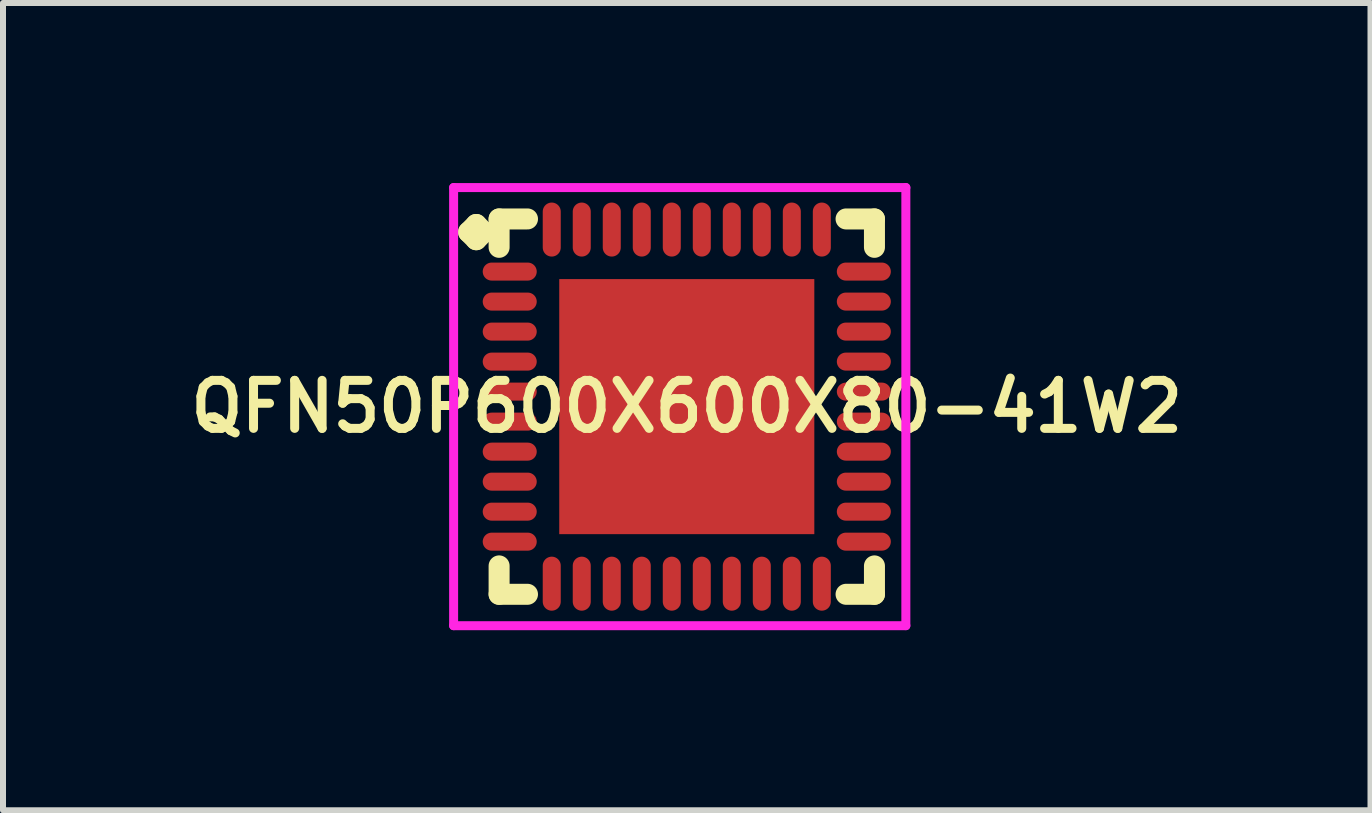
<source format=kicad_pcb>
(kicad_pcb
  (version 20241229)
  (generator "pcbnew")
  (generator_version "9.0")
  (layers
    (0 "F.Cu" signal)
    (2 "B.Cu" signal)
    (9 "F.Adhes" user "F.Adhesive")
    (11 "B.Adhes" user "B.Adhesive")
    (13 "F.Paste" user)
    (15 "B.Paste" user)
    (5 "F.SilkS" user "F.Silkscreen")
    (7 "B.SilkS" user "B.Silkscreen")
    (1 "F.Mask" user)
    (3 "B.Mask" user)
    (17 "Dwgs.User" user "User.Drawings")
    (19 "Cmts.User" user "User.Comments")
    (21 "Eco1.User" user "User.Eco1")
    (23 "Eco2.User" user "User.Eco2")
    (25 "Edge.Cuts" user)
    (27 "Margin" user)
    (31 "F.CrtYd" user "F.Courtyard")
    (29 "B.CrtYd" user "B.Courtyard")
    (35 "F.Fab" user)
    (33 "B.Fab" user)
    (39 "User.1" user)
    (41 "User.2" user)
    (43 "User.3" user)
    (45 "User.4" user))
  (footprint "QFN50P600X600X80-41W2"
    (layer "F.Cu")
    (at 8.393 3.725)
    (property "Reference" "QFN50P600X600X80-41W2" (at 0 0 0) (layer "F.SilkS") (effects (font (size 0.8 0.8) (thickness 0.15))))
    (attr smd)
    (fp_line (start -3.635 -2.908) (end -3.508 -3.035) (stroke (width 0.35) (type solid)) (layer "F.SilkS"))
    (fp_line (start -3.508 -3.035) (end -3.381 -2.908) (stroke (width 0.35) (type solid)) (layer "F.SilkS"))
    (fp_line (start -3.508 -2.781) (end -3.635 -2.908) (stroke (width 0.35) (type solid)) (layer "F.SilkS"))
    (fp_line (start -3.381 -2.908) (end -3.508 -2.781) (stroke (width 0.35) (type solid)) (layer "F.SilkS"))
    (fp_line (start -3.127 -3.127) (end -2.654 -3.127) (stroke (width 0.35) (type solid)) (layer "F.SilkS"))
    (fp_line (start -3.127 -2.654) (end -3.127 -3.127) (stroke (width 0.35) (type solid)) (layer "F.SilkS"))
    (fp_line (start -3.127 2.654) (end -3.127 3.127) (stroke (width 0.35) (type solid)) (layer "F.SilkS"))
    (fp_line (start -3.127 3.127) (end -2.654 3.127) (stroke (width 0.35) (type solid)) (layer "F.SilkS"))
    (fp_line (start 2.654 -3.127) (end 3.127 -3.127) (stroke (width 0.35) (type solid)) (layer "F.SilkS"))
    (fp_line (start 2.654 3.127) (end 3.127 3.127) (stroke (width 0.35) (type solid)) (layer "F.SilkS"))
    (fp_line (start 3.127 -3.127) (end 3.127 -2.654) (stroke (width 0.35) (type solid)) (layer "F.SilkS"))
    (fp_line (start 3.127 3.127) (end 3.127 2.654) (stroke (width 0.35) (type solid)) (layer "F.SilkS"))
    (fp_line (start -3.885 -3.65) (end 3.65 -3.65) (stroke (width 0.15) (type solid)) (layer "F.CrtYd"))
    (fp_line (start -3.885 3.65) (end -3.885 -3.65) (stroke (width 0.15) (type solid)) (layer "F.CrtYd"))
    (fp_line (start 3.65 -3.65) (end 3.65 3.65) (stroke (width 0.15) (type solid)) (layer "F.CrtYd"))
    (fp_line (start 3.65 3.65) (end -3.885 3.65) (stroke (width 0.15) (type solid)) (layer "F.CrtYd"))
    (pad "1" smd oval (at -2.95 -2.25) (size 0.9 0.3) (layers "F.Cu" "F.Mask" "F.Paste"))
    (pad "2" smd oval (at -2.95 -1.75) (size 0.9 0.3) (layers "F.Cu" "F.Mask" "F.Paste"))
    (pad "3" smd oval (at -2.95 -1.25) (size 0.9 0.3) (layers "F.Cu" "F.Mask" "F.Paste"))
    (pad "4" smd oval (at -2.95 -0.75) (size 0.9 0.3) (layers "F.Cu" "F.Mask" "F.Paste"))
    (pad "5" smd oval (at -2.95 -0.25) (size 0.9 0.3) (layers "F.Cu" "F.Mask" "F.Paste"))
    (pad "6" smd oval (at -2.95 0.25) (size 0.9 0.3) (layers "F.Cu" "F.Mask" "F.Paste"))
    (pad "7" smd oval (at -2.95 0.75) (size 0.9 0.3) (layers "F.Cu" "F.Mask" "F.Paste"))
    (pad "8" smd oval (at -2.95 1.25) (size 0.9 0.3) (layers "F.Cu" "F.Mask" "F.Paste"))
    (pad "9" smd oval (at -2.95 1.75) (size 0.9 0.3) (layers "F.Cu" "F.Mask" "F.Paste"))
    (pad "10" smd oval (at -2.95 2.25) (size 0.9 0.3) (layers "F.Cu" "F.Mask" "F.Paste"))
    (pad "11" smd oval (at -2.25 2.95) (size 0.3 0.9) (layers "F.Cu" "F.Mask" "F.Paste"))
    (pad "12" smd oval (at -1.75 2.95) (size 0.3 0.9) (layers "F.Cu" "F.Mask" "F.Paste"))
    (pad "13" smd oval (at -1.25 2.95) (size 0.3 0.9) (layers "F.Cu" "F.Mask" "F.Paste"))
    (pad "14" smd oval (at -0.75 2.95) (size 0.3 0.9) (layers "F.Cu" "F.Mask" "F.Paste"))
    (pad "15" smd oval (at -0.25 2.95) (size 0.3 0.9) (layers "F.Cu" "F.Mask" "F.Paste"))
    (pad "16" smd oval (at 0.25 2.95) (size 0.3 0.9) (layers "F.Cu" "F.Mask" "F.Paste"))
    (pad "17" smd oval (at 0.75 2.95) (size 0.3 0.9) (layers "F.Cu" "F.Mask" "F.Paste"))
    (pad "18" smd oval (at 1.25 2.95) (size 0.3 0.9) (layers "F.Cu" "F.Mask" "F.Paste"))
    (pad "19" smd oval (at 1.75 2.95) (size 0.3 0.9) (layers "F.Cu" "F.Mask" "F.Paste"))
    (pad "20" smd oval (at 2.25 2.95) (size 0.3 0.9) (layers "F.Cu" "F.Mask" "F.Paste"))
    (pad "21" smd oval (at 2.95 2.25) (size 0.9 0.3) (layers "F.Cu" "F.Mask" "F.Paste"))
    (pad "22" smd oval (at 2.95 1.75) (size 0.9 0.3) (layers "F.Cu" "F.Mask" "F.Paste"))
    (pad "23" smd oval (at 2.95 1.25) (size 0.9 0.3) (layers "F.Cu" "F.Mask" "F.Paste"))
    (pad "24" smd oval (at 2.95 0.75) (size 0.9 0.3) (layers "F.Cu" "F.Mask" "F.Paste"))
    (pad "25" smd oval (at 2.95 0.25) (size 0.9 0.3) (layers "F.Cu" "F.Mask" "F.Paste"))
    (pad "26" smd oval (at 2.95 -0.25) (size 0.9 0.3) (layers "F.Cu" "F.Mask" "F.Paste"))
    (pad "27" smd oval (at 2.95 -0.75) (size 0.9 0.3) (layers "F.Cu" "F.Mask" "F.Paste"))
    (pad "28" smd oval (at 2.95 -1.25) (size 0.9 0.3) (layers "F.Cu" "F.Mask" "F.Paste"))
    (pad "29" smd oval (at 2.95 -1.75) (size 0.9 0.3) (layers "F.Cu" "F.Mask" "F.Paste"))
    (pad "30" smd oval (at 2.95 -2.25) (size 0.9 0.3) (layers "F.Cu" "F.Mask" "F.Paste"))
    (pad "31" smd oval (at 2.25 -2.95) (size 0.3 0.9) (layers "F.Cu" "F.Mask" "F.Paste"))
    (pad "32" smd oval (at 1.75 -2.95) (size 0.3 0.9) (layers "F.Cu" "F.Mask" "F.Paste"))
    (pad "33" smd oval (at 1.25 -2.95) (size 0.3 0.9) (layers "F.Cu" "F.Mask" "F.Paste"))
    (pad "34" smd oval (at 0.75 -2.95) (size 0.3 0.9) (layers "F.Cu" "F.Mask" "F.Paste"))
    (pad "35" smd oval (at 0.25 -2.95) (size 0.3 0.9) (layers "F.Cu" "F.Mask" "F.Paste"))
    (pad "36" smd oval (at -0.25 -2.95) (size 0.3 0.9) (layers "F.Cu" "F.Mask" "F.Paste"))
    (pad "37" smd oval (at -0.75 -2.95) (size 0.3 0.9) (layers "F.Cu" "F.Mask" "F.Paste"))
    (pad "38" smd oval (at -1.25 -2.95) (size 0.3 0.9) (layers "F.Cu" "F.Mask" "F.Paste"))
    (pad "39" smd oval (at -1.75 -2.95) (size 0.3 0.9) (layers "F.Cu" "F.Mask" "F.Paste"))
    (pad "40" smd oval (at -2.25 -2.95) (size 0.3 0.9) (layers "F.Cu" "F.Mask" "F.Paste"))
    (pad "41" smd rect (at 0 0) (size 4.25 4.25) (layers "F.Cu" "F.Mask" "F.Paste")))
  (gr_rect
    (start -3 -3)
    (end 19.785 10.45)
    (stroke (width 0.1) (type default))
    (fill no)
    (layer "Edge.Cuts")))
</source>
